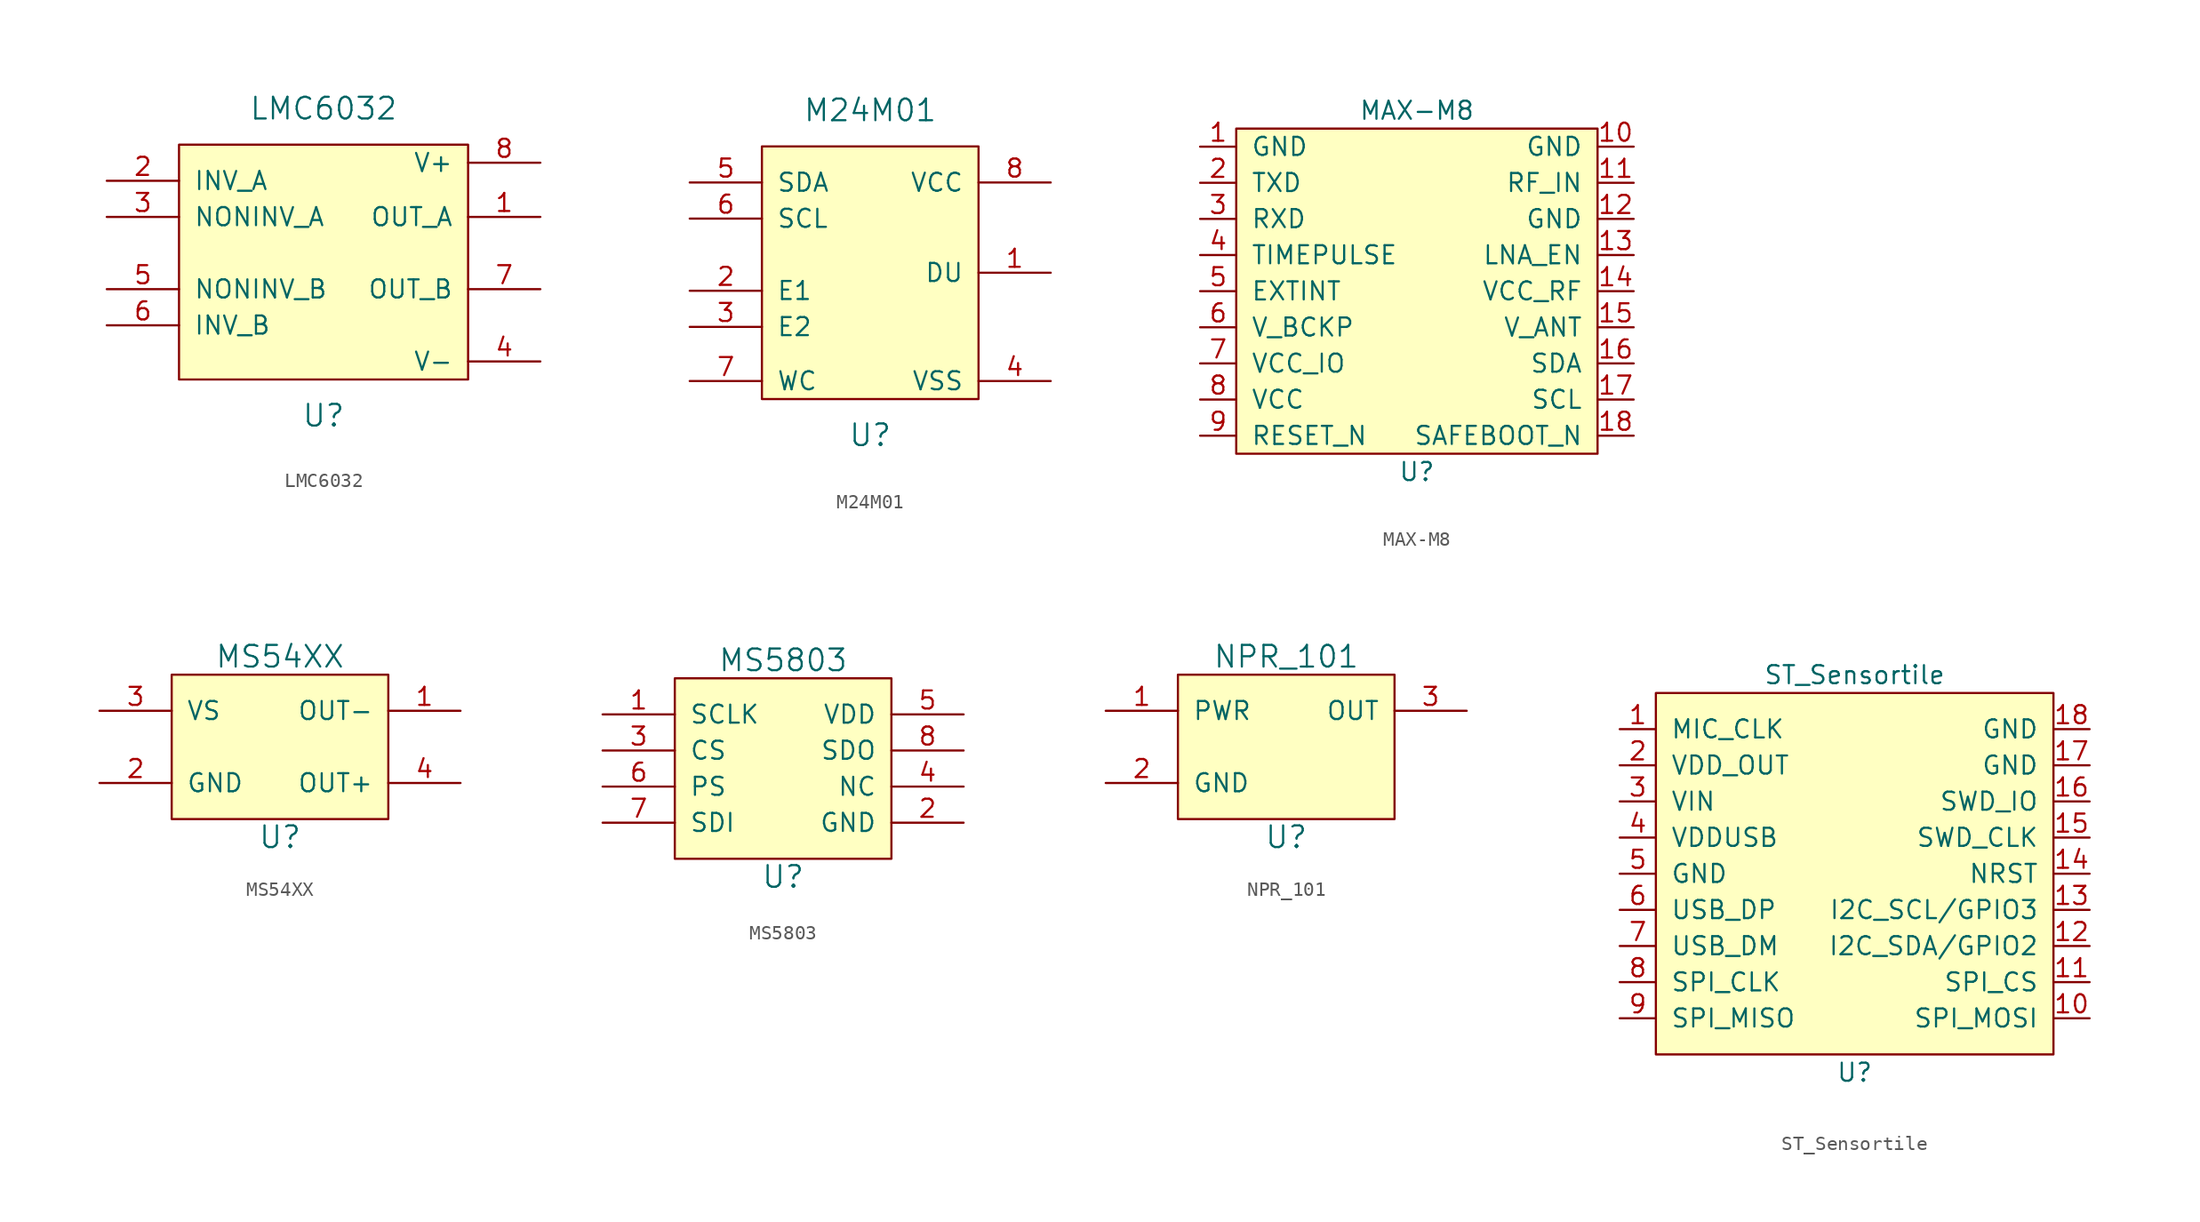
<source format=kicad_sym>
(kicad_symbol_lib
  (version 20220914)
  (generator kicad_symbol_editor)
  (symbol "LMC6032"
    (pin_names
      (offset 1.016))
    (property "Reference" "U"
      (at 0 -11.43 0)
      (effects (font (size 1.524 1.524))))
    (property "Value" "LMC6032"
      (at 0 10.16 0)
      (effects (font (size 1.524 1.524))))
    (symbol "LMC6032_0_1"
      (rectangle (start -10.16 7.62) (end 10.16 -8.89) (stroke (width 0) (type solid)) (fill (type background))))
    (symbol "LMC6032_1_1"
      (pin output line (at 15.24 2.54 180) (length 5.08) (name "OUT_A" (effects (font (size 1.27 1.27)))) (number "1" (effects (font (size 1.27 1.27)))))
      (pin input line (at -15.24 5.08 0) (length 5.08) (name "INV_A" (effects (font (size 1.27 1.27)))) (number "2" (effects (font (size 1.27 1.27)))))
      (pin input line (at -15.24 2.54 0) (length 5.08) (name "NONINV_A" (effects (font (size 1.27 1.27)))) (number "3" (effects (font (size 1.27 1.27)))))
      (pin power_in line (at 15.24 -7.62 180) (length 5.08) (name "V-" (effects (font (size 1.27 1.27)))) (number "4" (effects (font (size 1.27 1.27)))))
      (pin input line (at -15.24 -2.54 0) (length 5.08) (name "NONINV_B" (effects (font (size 1.27 1.27)))) (number "5" (effects (font (size 1.27 1.27)))))
      (pin input line (at -15.24 -5.08 0) (length 5.08) (name "INV_B" (effects (font (size 1.27 1.27)))) (number "6" (effects (font (size 1.27 1.27)))))
      (pin output line (at 15.24 -2.54 180) (length 5.08) (name "OUT_B" (effects (font (size 1.27 1.27)))) (number "7" (effects (font (size 1.27 1.27)))))
      (pin power_in line (at 15.24 6.35 180) (length 5.08) (name "V+" (effects (font (size 1.27 1.27)))) (number "8" (effects (font (size 1.27 1.27)))))))
  (symbol "M24M01"
    (pin_names
      (offset 1.016))
    (property "Reference" "U"
      (at 0 -11.43 0)
      (effects (font (size 1.524 1.524))))
    (property "Value" "M24M01"
      (at 0 11.43 0)
      (effects (font (size 1.524 1.524))))
    (symbol "M24M01_0_1"
      (rectangle (start -7.62 8.89) (end 7.62 -8.89) (stroke (width 0) (type solid)) (fill (type background))))
    (symbol "M24M01_1_1"
      (pin input line (at 12.7 0 180) (length 5.08) (name "DU" (effects (font (size 1.27 1.27)))) (number "1" (effects (font (size 1.27 1.27)))))
      (pin input line (at -12.7 -1.27 0) (length 5.08) (name "E1" (effects (font (size 1.27 1.27)))) (number "2" (effects (font (size 1.27 1.27)))))
      (pin input line (at -12.7 -3.81 0) (length 5.08) (name "E2" (effects (font (size 1.27 1.27)))) (number "3" (effects (font (size 1.27 1.27)))))
      (pin power_in line (at 12.7 -7.62 180) (length 5.08) (name "VSS" (effects (font (size 1.27 1.27)))) (number "4" (effects (font (size 1.27 1.27)))))
      (pin bidirectional line (at -12.7 6.35 0) (length 5.08) (name "SDA" (effects (font (size 1.27 1.27)))) (number "5" (effects (font (size 1.27 1.27)))))
      (pin input line (at -12.7 3.81 0) (length 5.08) (name "SCL" (effects (font (size 1.27 1.27)))) (number "6" (effects (font (size 1.27 1.27)))))
      (pin input line (at -12.7 -7.62 0) (length 5.08) (name "WC" (effects (font (size 1.27 1.27)))) (number "7" (effects (font (size 1.27 1.27)))))
      (pin power_in line (at 12.7 6.35 180) (length 5.08) (name "VCC" (effects (font (size 1.27 1.27)))) (number "8" (effects (font (size 1.27 1.27)))))))
  (symbol "MAX-M8"
    (pin_names
      (offset 1.016))
    (property "Reference" "U"
      (at 0 -13.97 0)
      (effects (font (size 1.27 1.27))))
    (property "Value" "MAX-M8"
      (at 0 11.43 0)
      (effects (font (size 1.27 1.27))))
    (symbol "MAX-M8_0_1"
      (rectangle (start -12.7 10.16) (end 12.7 -12.7) (stroke (width 0) (type solid)) (fill (type background))))
    (symbol "MAX-M8_1_1"
      (pin power_in line (at -15.24 8.89 0) (length 2.54) (name "GND" (effects (font (size 1.27 1.27)))) (number "1" (effects (font (size 1.27 1.27)))))
      (pin power_in line (at 15.24 8.89 180) (length 2.54) (name "GND" (effects (font (size 1.27 1.27)))) (number "10" (effects (font (size 1.27 1.27)))))
      (pin input line (at 15.24 6.35 180) (length 2.54) (name "RF_IN" (effects (font (size 1.27 1.27)))) (number "11" (effects (font (size 1.27 1.27)))))
      (pin power_in line (at 15.24 3.81 180) (length 2.54) (name "GND" (effects (font (size 1.27 1.27)))) (number "12" (effects (font (size 1.27 1.27)))))
      (pin output line (at 15.24 1.27 180) (length 2.54) (name "LNA_EN" (effects (font (size 1.27 1.27)))) (number "13" (effects (font (size 1.27 1.27)))))
      (pin power_in line (at 15.24 -1.27 180) (length 2.54) (name "VCC_RF" (effects (font (size 1.27 1.27)))) (number "14" (effects (font (size 1.27 1.27)))))
      (pin power_in line (at 15.24 -3.81 180) (length 2.54) (name "V_ANT" (effects (font (size 1.27 1.27)))) (number "15" (effects (font (size 1.27 1.27)))))
      (pin bidirectional line (at 15.24 -6.35 180) (length 2.54) (name "SDA" (effects (font (size 1.27 1.27)))) (number "16" (effects (font (size 1.27 1.27)))))
      (pin input line (at 15.24 -8.89 180) (length 2.54) (name "SCL" (effects (font (size 1.27 1.27)))) (number "17" (effects (font (size 1.27 1.27)))))
      (pin input line (at 15.24 -11.43 180) (length 2.54) (name "SAFEBOOT_N" (effects (font (size 1.27 1.27)))) (number "18" (effects (font (size 1.27 1.27)))))
      (pin output line (at -15.24 6.35 0) (length 2.54) (name "TXD" (effects (font (size 1.27 1.27)))) (number "2" (effects (font (size 1.27 1.27)))))
      (pin input line (at -15.24 3.81 0) (length 2.54) (name "RXD" (effects (font (size 1.27 1.27)))) (number "3" (effects (font (size 1.27 1.27)))))
      (pin output line (at -15.24 1.27 0) (length 2.54) (name "TIMEPULSE" (effects (font (size 1.27 1.27)))) (number "4" (effects (font (size 1.27 1.27)))))
      (pin output line (at -15.24 -1.27 0) (length 2.54) (name "EXTINT" (effects (font (size 1.27 1.27)))) (number "5" (effects (font (size 1.27 1.27)))))
      (pin power_in line (at -15.24 -3.81 0) (length 2.54) (name "V_BCKP" (effects (font (size 1.27 1.27)))) (number "6" (effects (font (size 1.27 1.27)))))
      (pin power_in line (at -15.24 -6.35 0) (length 2.54) (name "VCC_IO" (effects (font (size 1.27 1.27)))) (number "7" (effects (font (size 1.27 1.27)))))
      (pin power_in line (at -15.24 -8.89 0) (length 2.54) (name "VCC" (effects (font (size 1.27 1.27)))) (number "8" (effects (font (size 1.27 1.27)))))
      (pin input line (at -15.24 -11.43 0) (length 2.54) (name "RESET_N" (effects (font (size 1.27 1.27)))) (number "9" (effects (font (size 1.27 1.27)))))))
  (symbol "MS54XX"
    (pin_names
      (offset 1.016))
    (property "Reference" "U"
      (at 0 -6.35 0)
      (effects (font (size 1.524 1.524))))
    (property "Value" "MS54XX"
      (at 0 6.35 0)
      (effects (font (size 1.524 1.524))))
    (symbol "MS54XX_0_1"
      (rectangle (start -7.62 5.08) (end 7.62 -5.08) (stroke (width 0) (type solid)) (fill (type background))))
    (symbol "MS54XX_1_1"
      (pin output line (at 12.7 2.54 180) (length 5.08) (name "OUT-" (effects (font (size 1.27 1.27)))) (number "1" (effects (font (size 1.27 1.27)))))
      (pin power_in line (at -12.7 -2.54 0) (length 5.08) (name "GND" (effects (font (size 1.27 1.27)))) (number "2" (effects (font (size 1.27 1.27)))))
      (pin power_in line (at -12.7 2.54 0) (length 5.08) (name "VS" (effects (font (size 1.27 1.27)))) (number "3" (effects (font (size 1.27 1.27)))))
      (pin output line (at 12.7 -2.54 180) (length 5.08) (name "OUT+" (effects (font (size 1.27 1.27)))) (number "4" (effects (font (size 1.27 1.27)))))))
  (symbol "MS5803"
    (pin_names
      (offset 1.016))
    (property "Reference" "U"
      (at 0 -7.62 0)
      (effects (font (size 1.524 1.524))))
    (property "Value" "MS5803"
      (at 0 7.62 0)
      (effects (font (size 1.524 1.524))))
    (symbol "MS5803_0_1"
      (rectangle (start -7.62 6.35) (end 7.62 -6.35) (stroke (width 0) (type solid)) (fill (type background))))
    (symbol "MS5803_1_1"
      (pin input line (at -12.7 3.81 0) (length 5.08) (name "SCLK" (effects (font (size 1.27 1.27)))) (number "1" (effects (font (size 1.27 1.27)))))
      (pin power_in line (at 12.7 -3.81 180) (length 5.08) (name "GND" (effects (font (size 1.27 1.27)))) (number "2" (effects (font (size 1.27 1.27)))))
      (pin input line (at -12.7 1.27 0) (length 5.08) (name "CS" (effects (font (size 1.27 1.27)))) (number "3" (effects (font (size 1.27 1.27)))))
      (pin output line (at 12.7 -1.27 180) (length 5.08) (name "NC" (effects (font (size 1.27 1.27)))) (number "4" (effects (font (size 1.27 1.27)))))
      (pin power_in line (at 12.7 3.81 180) (length 5.08) (name "VDD" (effects (font (size 1.27 1.27)))) (number "5" (effects (font (size 1.27 1.27)))))
      (pin input line (at -12.7 -1.27 0) (length 5.08) (name "PS" (effects (font (size 1.27 1.27)))) (number "6" (effects (font (size 1.27 1.27)))))
      (pin input line (at -12.7 -3.81 0) (length 5.08) (name "SDI" (effects (font (size 1.27 1.27)))) (number "7" (effects (font (size 1.27 1.27)))))
      (pin output line (at 12.7 1.27 180) (length 5.08) (name "SDO" (effects (font (size 1.27 1.27)))) (number "8" (effects (font (size 1.27 1.27)))))))
  (symbol "NPR_101"
    (pin_names
      (offset 1.016))
    (property "Reference" "U"
      (at 0 -6.35 0)
      (effects (font (size 1.524 1.524))))
    (property "Value" "NPR_101"
      (at 0 6.35 0)
      (effects (font (size 1.524 1.524))))
    (symbol "NPR_101_0_1"
      (rectangle (start -7.62 5.08) (end 7.62 -5.08) (stroke (width 0) (type solid)) (fill (type background))))
    (symbol "NPR_101_1_1"
      (pin power_in line (at -12.7 2.54 0) (length 5.08) (name "PWR" (effects (font (size 1.27 1.27)))) (number "1" (effects (font (size 1.27 1.27)))))
      (pin input line (at -12.7 -2.54 0) (length 5.08) (name "GND" (effects (font (size 1.27 1.27)))) (number "2" (effects (font (size 1.27 1.27)))))
      (pin output line (at 12.7 2.54 180) (length 5.08) (name "OUT" (effects (font (size 1.27 1.27)))) (number "3" (effects (font (size 1.27 1.27)))))))
  (symbol "ST_Sensortile"
    (pin_names
      (offset 1.016))
    (property "Reference" "U"
      (at 0 -13.97 0)
      (effects (font (size 1.27 1.27))))
    (property "Value" "ST_Sensortile"
      (at 0 13.97 0)
      (effects (font (size 1.27 1.27))))
    (symbol "ST_Sensortile_0_1"
      (rectangle (start -13.97 12.7) (end 13.97 -12.7) (stroke (width 0) (type solid)) (fill (type background))))
    (symbol "ST_Sensortile_1_1"
      (pin output line (at -16.51 10.16 0) (length 2.54) (name "MIC_CLK" (effects (font (size 1.27 1.27)))) (number "1" (effects (font (size 1.27 1.27)))))
      (pin bidirectional line (at 16.51 -10.16 180) (length 2.54) (name "SPI_MOSI" (effects (font (size 1.27 1.27)))) (number "10" (effects (font (size 1.27 1.27)))))
      (pin bidirectional line (at 16.51 -7.62 180) (length 2.54) (name "SPI_CS" (effects (font (size 1.27 1.27)))) (number "11" (effects (font (size 1.27 1.27)))))
      (pin bidirectional line (at 16.51 -5.08 180) (length 2.54) (name "I2C_SDA/GPIO2" (effects (font (size 1.27 1.27)))) (number "12" (effects (font (size 1.27 1.27)))))
      (pin bidirectional line (at 16.51 -2.54 180) (length 2.54) (name "I2C_SCL/GPIO3" (effects (font (size 1.27 1.27)))) (number "13" (effects (font (size 1.27 1.27)))))
      (pin input line (at 16.51 0 180) (length 2.54) (name "NRST" (effects (font (size 1.27 1.27)))) (number "14" (effects (font (size 1.27 1.27)))))
      (pin input line (at 16.51 2.54 180) (length 2.54) (name "SWD_CLK" (effects (font (size 1.27 1.27)))) (number "15" (effects (font (size 1.27 1.27)))))
      (pin bidirectional line (at 16.51 5.08 180) (length 2.54) (name "SWD_IO" (effects (font (size 1.27 1.27)))) (number "16" (effects (font (size 1.27 1.27)))))
      (pin power_in line (at 16.51 7.62 180) (length 2.54) (name "GND" (effects (font (size 1.27 1.27)))) (number "17" (effects (font (size 1.27 1.27)))))
      (pin power_in line (at 16.51 10.16 180) (length 2.54) (name "GND" (effects (font (size 1.27 1.27)))) (number "18" (effects (font (size 1.27 1.27)))))
      (pin power_out line (at -16.51 7.62 0) (length 2.54) (name "VDD_OUT" (effects (font (size 1.27 1.27)))) (number "2" (effects (font (size 1.27 1.27)))))
      (pin power_in line (at -16.51 5.08 0) (length 2.54) (name "VIN" (effects (font (size 1.27 1.27)))) (number "3" (effects (font (size 1.27 1.27)))))
      (pin power_in line (at -16.51 2.54 0) (length 2.54) (name "VDDUSB" (effects (font (size 1.27 1.27)))) (number "4" (effects (font (size 1.27 1.27)))))
      (pin power_in line (at -16.51 0 0) (length 2.54) (name "GND" (effects (font (size 1.27 1.27)))) (number "5" (effects (font (size 1.27 1.27)))))
      (pin bidirectional line (at -16.51 -2.54 0) (length 2.54) (name "USB_DP" (effects (font (size 1.27 1.27)))) (number "6" (effects (font (size 1.27 1.27)))))
      (pin bidirectional line (at -16.51 -5.08 0) (length 2.54) (name "USB_DM" (effects (font (size 1.27 1.27)))) (number "7" (effects (font (size 1.27 1.27)))))
      (pin bidirectional line (at -16.51 -7.62 0) (length 2.54) (name "SPI_CLK" (effects (font (size 1.27 1.27)))) (number "8" (effects (font (size 1.27 1.27)))))
      (pin bidirectional line (at -16.51 -10.16 0) (length 2.54) (name "SPI_MISO" (effects (font (size 1.27 1.27)))) (number "9" (effects (font (size 1.27 1.27))))))))
</source>
